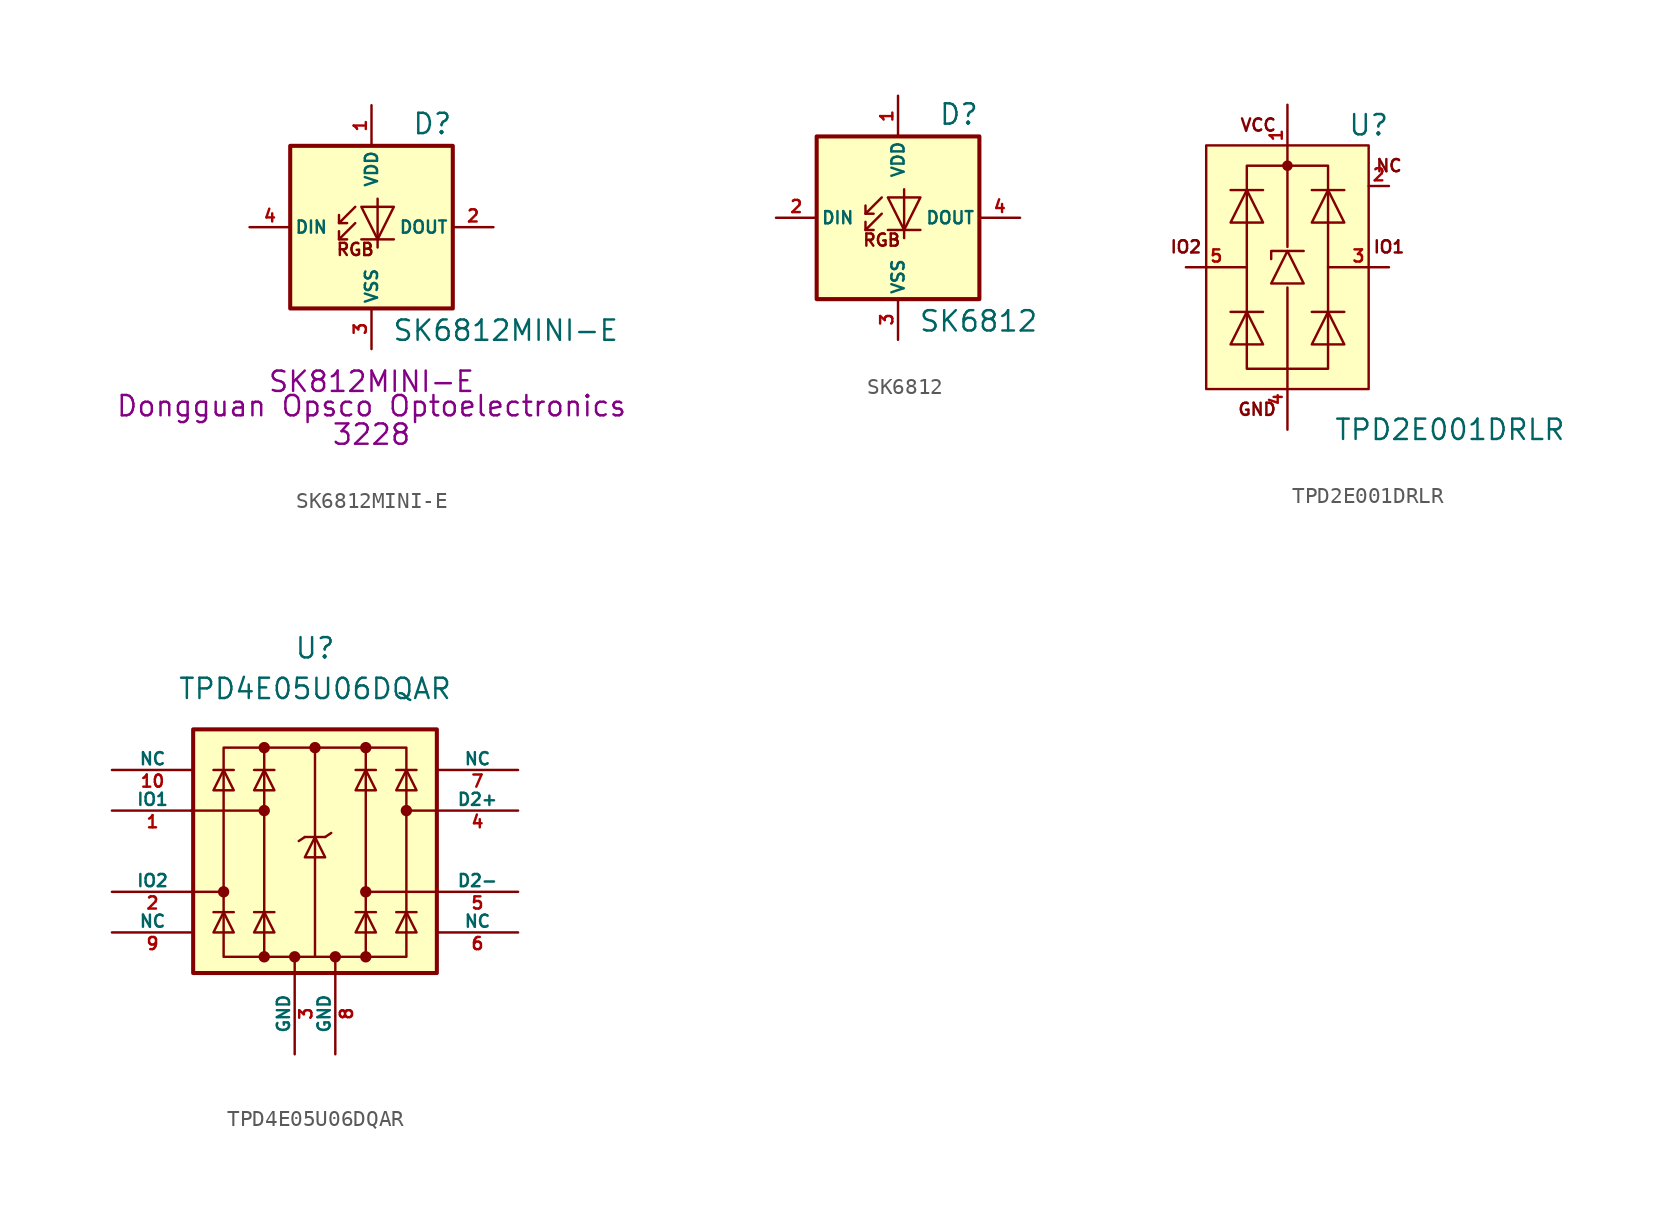
<source format=kicad_sym>
(kicad_symbol_lib
  (version 20211014)
  (generator kicad_symbol_editor)
  (symbol "SK6812MINI-E"
    (pin_names
      (offset 0.254))
    (property "Reference" "D"
      (at 5.08 5.715 0)
      (effects (font (size 1.27 1.27)) (justify right bottom)))
    (property "Value" "SK6812MINI-E"
      (at 1.27 -5.715 0)
      (effects (font (size 1.27 1.27)) (justify left top)))
    (property "MFN" "Dongguan Opsco Optoelectronics"
      (at 0 -11.176 0)
      (effects (font (size 1.27 1.27))))
    (property "MPN" "SK812MINI-E"
      (at 0 -9.652 0)
      (effects (font (size 1.27 1.27))))
    (property "PKG" "3228"
      (at 0 -12.954 0)
      (effects (font (size 1.27 1.27))))
    (symbol "SK6812MINI-E_0_0"
      (text "RGB" (at -1.016 -1.397 0) (effects (font (size 0.762 0.762)))))
    (symbol "SK6812MINI-E_0_1"
      (polyline (pts (xy -2.032 -0.762) (xy -1.524 -0.762)) (stroke (width 0) (type default) (color 0 0 0 0)) (fill (type none)))
      (polyline (pts (xy -2.032 0.254) (xy -1.524 0.254)) (stroke (width 0) (type default) (color 0 0 0 0)) (fill (type none)))
      (polyline (pts (xy 1.397 -0.762) (xy -0.635 -0.762)) (stroke (width 0) (type default) (color 0 0 0 0)) (fill (type none)))
      (polyline (pts (xy -1.016 0.254) (xy -2.032 -0.762) (xy -2.032 -0.254)) (stroke (width 0) (type default) (color 0 0 0 0)) (fill (type none)))
      (polyline (pts (xy -1.016 1.27) (xy -2.032 0.254) (xy -2.032 0.762)) (stroke (width 0) (type default) (color 0 0 0 0)) (fill (type none)))
      (polyline (pts (xy 0.381 1.778) (xy 0.381 -0.762) (xy 0.381 -1.27)) (stroke (width 0) (type default) (color 0 0 0 0)) (fill (type none)))
      (polyline (pts (xy 1.397 1.27) (xy -0.635 1.27) (xy 0.381 -0.762) (xy 1.397 1.27)) (stroke (width 0) (type default) (color 0 0 0 0)) (fill (type none)))
      (rectangle (start 5.08 5.08) (end -5.08 -5.08) (stroke (width 0.254) (type default) (color 0 0 0 0)) (fill (type background))))
    (symbol "SK6812MINI-E_1_1"
      (pin power_in line (at 0 7.62 270) (length 2.54) (name "VDD" (effects (font (size 0.762 0.762)))) (number "1" (effects (font (size 0.762 0.762)))))
      (pin output line (at 7.62 0 180) (length 2.54) (name "DOUT" (effects (font (size 0.762 0.762)))) (number "2" (effects (font (size 0.762 0.762)))))
      (pin power_in line (at 0 -7.62 90) (length 2.54) (name "VSS" (effects (font (size 0.762 0.762)))) (number "3" (effects (font (size 0.762 0.762)))))
      (pin input line (at -7.62 0 0) (length 2.54) (name "DIN" (effects (font (size 0.762 0.762)))) (number "4" (effects (font (size 0.762 0.762)))))))
  (symbol "SK6812"
    (pin_names
      (offset 0.254))
    (property "Reference" "D"
      (at 5.08 5.715 0)
      (effects (font (size 1.27 1.27)) (justify right bottom)))
    (property "Value" "SK6812"
      (at 1.27 -5.715 0)
      (effects (font (size 1.27 1.27)) (justify left top)))
    (symbol "SK6812_0_0"
      (text "RGB" (at -1.016 -1.397 0) (effects (font (size 0.762 0.762)))))
    (symbol "SK6812_0_1"
      (polyline (pts (xy -2.032 -0.762) (xy -1.524 -0.762)) (stroke (width 0) (type default) (color 0 0 0 0)) (fill (type none)))
      (polyline (pts (xy -2.032 0.254) (xy -1.524 0.254)) (stroke (width 0) (type default) (color 0 0 0 0)) (fill (type none)))
      (polyline (pts (xy 1.397 -0.762) (xy -0.635 -0.762)) (stroke (width 0) (type default) (color 0 0 0 0)) (fill (type none)))
      (polyline (pts (xy -1.016 0.254) (xy -2.032 -0.762) (xy -2.032 -0.254)) (stroke (width 0) (type default) (color 0 0 0 0)) (fill (type none)))
      (polyline (pts (xy -1.016 1.27) (xy -2.032 0.254) (xy -2.032 0.762)) (stroke (width 0) (type default) (color 0 0 0 0)) (fill (type none)))
      (polyline (pts (xy 0.381 1.778) (xy 0.381 -0.762) (xy 0.381 -1.27)) (stroke (width 0) (type default) (color 0 0 0 0)) (fill (type none)))
      (polyline (pts (xy 1.397 1.27) (xy -0.635 1.27) (xy 0.381 -0.762) (xy 1.397 1.27)) (stroke (width 0) (type default) (color 0 0 0 0)) (fill (type none)))
      (rectangle (start 5.08 5.08) (end -5.08 -5.08) (stroke (width 0.254) (type default) (color 0 0 0 0)) (fill (type background))))
    (symbol "SK6812_1_1"
      (pin power_in line (at 0 7.62 270) (length 2.54) (name "VDD" (effects (font (size 0.762 0.762)))) (number "1" (effects (font (size 0.762 0.762)))))
      (pin input line (at -7.62 0 0) (length 2.54) (name "DIN" (effects (font (size 0.762 0.762)))) (number "2" (effects (font (size 0.762 0.762)))))
      (pin power_in line (at 0 -7.62 90) (length 2.54) (name "VSS" (effects (font (size 0.762 0.762)))) (number "3" (effects (font (size 0.762 0.762)))))
      (pin output line (at 7.62 0 180) (length 2.54) (name "DOUT" (effects (font (size 0.762 0.762)))) (number "4" (effects (font (size 0.762 0.762)))))))
  (symbol "TPD2E001DRLR"
    (pin_names
      (offset 0))
    (property "Reference" "U"
      (at 5.08 8.89 0)
      (effects (font (size 1.27 1.27))))
    (property "Value" "TPD2E001DRLR"
      (at 10.16 -10.16 0)
      (effects (font (size 1.27 1.27))))
    (symbol "TPD2E001DRLR_0_0"
      (text "IO2" (at -6.35 1.27 0) (effects (font (size 0.762 0.762)))))
    (symbol "TPD2E001DRLR_0_1"
      (rectangle (start -2.54 6.35) (end 2.54 -6.35) (stroke (width 0) (type default) (color 0 0 0 0)) (fill (type none)))
      (rectangle (start 0 -1.27) (end 0 -6.35) (stroke (width 0) (type default) (color 0 0 0 0)) (fill (type none)))
      (polyline (pts (xy -1.524 -2.794) (xy -3.556 -2.794)) (stroke (width 0) (type default) (color 0 0 0 0)) (fill (type none)))
      (polyline (pts (xy -1.524 4.826) (xy -3.556 4.826)) (stroke (width 0) (type default) (color 0 0 0 0)) (fill (type none)))
      (polyline (pts (xy 0 1.27) (xy 0 6.35)) (stroke (width 0) (type default) (color 0 0 0 0)) (fill (type none)))
      (polyline (pts (xy 1.524 -2.794) (xy 3.556 -2.794)) (stroke (width 0) (type default) (color 0 0 0 0)) (fill (type none)))
      (polyline (pts (xy 1.524 4.826) (xy 3.556 4.826)) (stroke (width 0) (type default) (color 0 0 0 0)) (fill (type none)))
      (polyline (pts (xy -3.556 -4.826) (xy -1.524 -4.826) (xy -2.54 -2.794) (xy -3.556 -4.826)) (stroke (width 0) (type default) (color 0 0 0 0)) (fill (type none)))
      (polyline (pts (xy -3.556 2.794) (xy -1.524 2.794) (xy -2.54 4.826) (xy -3.556 2.794)) (stroke (width 0) (type default) (color 0 0 0 0)) (fill (type none)))
      (polyline (pts (xy -1.016 -1.016) (xy 1.016 -1.016) (xy 0 1.016) (xy -1.016 -1.016)) (stroke (width 0) (type default) (color 0 0 0 0)) (fill (type none)))
      (polyline (pts (xy 1.016 1.016) (xy 0.762 1.016) (xy -1.016 1.016) (xy -1.016 0.508)) (stroke (width 0) (type default) (color 0 0 0 0)) (fill (type none)))
      (polyline (pts (xy 3.556 -4.826) (xy 1.524 -4.826) (xy 2.54 -2.794) (xy 3.556 -4.826)) (stroke (width 0) (type default) (color 0 0 0 0)) (fill (type none)))
      (polyline (pts (xy 3.556 2.794) (xy 1.524 2.794) (xy 2.54 4.826) (xy 3.556 2.794)) (stroke (width 0) (type default) (color 0 0 0 0)) (fill (type none)))
      (circle (center 0 6.35) (radius 0.254) (stroke (width 0) (type default) (color 0 0 0 0)) (fill (type outline)))
      (rectangle (start 5.08 7.62) (end -5.08 -7.62) (stroke (width 0) (type default) (color 0 0 0 0)) (fill (type background))))
    (symbol "TPD2E001DRLR_1_1"
      (text "GND" (at -0.635 -8.89 0) (effects (font (size 0.762 0.762)) (justify right)))
      (text "IO1" (at 6.35 1.27 0) (effects (font (size 0.762 0.762))))
      (text "NC" (at 6.35 6.35 0) (effects (font (size 0.762 0.762))))
      (text "VCC" (at -0.635 8.89 0) (effects (font (size 0.762 0.762)) (justify right)))
      (pin passive line (at 0 10.16 270) (length 3.81) (name "VBUS" (effects (font (size 0 0)))) (number "1" (effects (font (size 0.762 0.762)))))
      (pin passive line (at 6.35 5.08 180) (length 1.27) (name "IO1" (effects (font (size 0 0)))) (number "2" (effects (font (size 0.762 0.762)))))
      (pin passive line (at 6.35 0 180) (length 3.81) (name "IO1" (effects (font (size 0 0)))) (number "3" (effects (font (size 0.762 0.762)))))
      (pin passive line (at 0 -10.16 90) (length 3.81) (name "GND" (effects (font (size 0 0)))) (number "4" (effects (font (size 0.762 0.762)))))
      (pin passive line (at -6.35 0 0) (length 3.81) (name "IO2" (effects (font (size 0 0)))) (number "5" (effects (font (size 0.762 0.762)))))))
  (symbol "TPD4E05U06DQAR"
    (pin_names
      (offset 0))
    (property "Reference" "U"
      (at 0 12.7 0)
      (effects (font (size 1.27 1.27))))
    (property "Value" "TPD4E05U06DQAR"
      (at 0 10.16 0)
      (effects (font (size 1.27 1.27))))
    (symbol "TPD4E05U06DQAR_0_0"
      (rectangle (start -5.715 6.477) (end 5.715 -6.604) (stroke (width 0) (type default) (color 0 0 0 0)) (fill (type none)))
      (polyline (pts (xy -3.175 -6.604) (xy -3.175 6.477)) (stroke (width 0) (type default) (color 0 0 0 0)) (fill (type none)))
      (polyline (pts (xy 0 6.477) (xy 0 -6.604)) (stroke (width 0) (type default) (color 0 0 0 0)) (fill (type none)))
      (polyline (pts (xy 3.175 6.477) (xy 3.175 -6.604)) (stroke (width 0) (type default) (color 0 0 0 0)) (fill (type none))))
    (symbol "TPD4E05U06DQAR_0_1"
      (rectangle (start -7.62 7.62) (end 7.62 -7.62) (stroke (width 0.254) (type default) (color 0 0 0 0)) (fill (type background)))
      (circle (center -5.715 -2.54) (radius 0.279) (stroke (width 0) (type default) (color 0 0 0 0)) (fill (type outline)))
      (circle (center -3.175 -6.604) (radius 0.279) (stroke (width 0) (type default) (color 0 0 0 0)) (fill (type outline)))
      (circle (center -3.175 2.54) (radius 0.279) (stroke (width 0) (type default) (color 0 0 0 0)) (fill (type outline)))
      (circle (center -3.175 6.477) (radius 0.279) (stroke (width 0) (type default) (color 0 0 0 0)) (fill (type outline)))
      (circle (center -1.27 -6.604) (radius 0.279) (stroke (width 0) (type default) (color 0 0 0 0)) (fill (type outline)))
      (polyline (pts (xy -7.747 2.54) (xy -3.175 2.54)) (stroke (width 0) (type default) (color 0 0 0 0)) (fill (type none)))
      (polyline (pts (xy -7.62 -2.54) (xy -5.715 -2.54)) (stroke (width 0) (type default) (color 0 0 0 0)) (fill (type none)))
      (polyline (pts (xy -5.08 -3.81) (xy -6.35 -3.81)) (stroke (width 0) (type default) (color 0 0 0 0)) (fill (type none)))
      (polyline (pts (xy -5.08 5.08) (xy -6.35 5.08)) (stroke (width 0) (type default) (color 0 0 0 0)) (fill (type none)))
      (polyline (pts (xy -2.54 -3.81) (xy -3.81 -3.81)) (stroke (width 0) (type default) (color 0 0 0 0)) (fill (type none)))
      (polyline (pts (xy -2.54 5.08) (xy -3.81 5.08)) (stroke (width 0) (type default) (color 0 0 0 0)) (fill (type none)))
      (polyline (pts (xy -1.27 -6.604) (xy -1.27 -7.62)) (stroke (width 0) (type default) (color 0 0 0 0)) (fill (type none)))
      (polyline (pts (xy -0.635 0.889) (xy -1.016 0.635)) (stroke (width 0) (type default) (color 0 0 0 0)) (fill (type none)))
      (polyline (pts (xy 0.635 0.889) (xy -0.635 0.889)) (stroke (width 0) (type default) (color 0 0 0 0)) (fill (type none)))
      (polyline (pts (xy 0.635 0.889) (xy 1.016 1.143)) (stroke (width 0) (type default) (color 0 0 0 0)) (fill (type none)))
      (polyline (pts (xy 3.81 -3.81) (xy 2.54 -3.81)) (stroke (width 0) (type default) (color 0 0 0 0)) (fill (type none)))
      (polyline (pts (xy 3.81 5.08) (xy 2.54 5.08)) (stroke (width 0) (type default) (color 0 0 0 0)) (fill (type none)))
      (polyline (pts (xy 6.35 -3.81) (xy 5.08 -3.81)) (stroke (width 0) (type default) (color 0 0 0 0)) (fill (type none)))
      (polyline (pts (xy 6.35 5.08) (xy 5.08 5.08)) (stroke (width 0) (type default) (color 0 0 0 0)) (fill (type none)))
      (polyline (pts (xy 7.62 -2.54) (xy 3.175 -2.54)) (stroke (width 0) (type default) (color 0 0 0 0)) (fill (type none)))
      (polyline (pts (xy 7.62 2.54) (xy 5.715 2.54)) (stroke (width 0) (type default) (color 0 0 0 0)) (fill (type none)))
      (polyline (pts (xy -5.08 -5.08) (xy -6.35 -5.08) (xy -5.715 -3.81) (xy -5.08 -5.08)) (stroke (width 0) (type default) (color 0 0 0 0)) (fill (type none)))
      (polyline (pts (xy -5.08 3.81) (xy -6.35 3.81) (xy -5.715 5.08) (xy -5.08 3.81)) (stroke (width 0) (type default) (color 0 0 0 0)) (fill (type none)))
      (polyline (pts (xy -2.54 -5.08) (xy -3.81 -5.08) (xy -3.175 -3.81) (xy -2.54 -5.08)) (stroke (width 0) (type default) (color 0 0 0 0)) (fill (type none)))
      (polyline (pts (xy -2.54 3.81) (xy -3.81 3.81) (xy -3.175 5.08) (xy -2.54 3.81)) (stroke (width 0) (type default) (color 0 0 0 0)) (fill (type none)))
      (polyline (pts (xy 0.635 -0.381) (xy -0.635 -0.381) (xy 0 0.889) (xy 0.635 -0.381)) (stroke (width 0) (type default) (color 0 0 0 0)) (fill (type none)))
      (polyline (pts (xy 3.81 -5.08) (xy 2.54 -5.08) (xy 3.175 -3.81) (xy 3.81 -5.08)) (stroke (width 0) (type default) (color 0 0 0 0)) (fill (type none)))
      (polyline (pts (xy 3.81 3.81) (xy 2.54 3.81) (xy 3.175 5.08) (xy 3.81 3.81)) (stroke (width 0) (type default) (color 0 0 0 0)) (fill (type none)))
      (polyline (pts (xy 6.35 -5.08) (xy 5.08 -5.08) (xy 5.715 -3.81) (xy 6.35 -5.08)) (stroke (width 0) (type default) (color 0 0 0 0)) (fill (type none)))
      (polyline (pts (xy 6.35 3.81) (xy 5.08 3.81) (xy 5.715 5.08) (xy 6.35 3.81)) (stroke (width 0) (type default) (color 0 0 0 0)) (fill (type none)))
      (circle (center 0 6.477) (radius 0.279) (stroke (width 0) (type default) (color 0 0 0 0)) (fill (type outline)))
      (circle (center 3.175 -6.604) (radius 0.279) (stroke (width 0) (type default) (color 0 0 0 0)) (fill (type outline)))
      (circle (center 3.175 -2.54) (radius 0.279) (stroke (width 0) (type default) (color 0 0 0 0)) (fill (type outline)))
      (circle (center 3.175 6.477) (radius 0.279) (stroke (width 0) (type default) (color 0 0 0 0)) (fill (type outline)))
      (circle (center 5.715 2.54) (radius 0.279) (stroke (width 0) (type default) (color 0 0 0 0)) (fill (type outline))))
    (symbol "TPD4E05U06DQAR_1_1"
      (polyline (pts (xy 1.27 -6.604) (xy 1.27 -7.62)) (stroke (width 0) (type default) (color 0 0 0 0)) (fill (type none)))
      (circle (center 1.27 -6.604) (radius 0.279) (stroke (width 0) (type default) (color 0 0 0 0)) (fill (type outline)))
      (pin bidirectional line (at -12.7 2.54 0) (length 5.08) (name "IO1" (effects (font (size 0.762 0.762)))) (number "1" (effects (font (size 0.762 0.762)))))
      (pin bidirectional line (at -12.7 5.08 0) (length 5.08) (name "NC" (effects (font (size 0.762 0.762)))) (number "10" (effects (font (size 0.762 0.762)))))
      (pin bidirectional line (at -12.7 -2.54 0) (length 5.08) (name "IO2" (effects (font (size 0.762 0.762)))) (number "2" (effects (font (size 0.762 0.762)))))
      (pin power_in line (at -1.27 -12.7 90) (length 5.08) (name "GND" (effects (font (size 0.762 0.762)))) (number "3" (effects (font (size 0.762 0.762)))))
      (pin bidirectional line (at 12.7 2.54 180) (length 5.08) (name "D2+" (effects (font (size 0.762 0.762)))) (number "4" (effects (font (size 0.762 0.762)))))
      (pin bidirectional line (at 12.7 -2.54 180) (length 5.08) (name "D2-" (effects (font (size 0.762 0.762)))) (number "5" (effects (font (size 0.762 0.762)))))
      (pin bidirectional line (at 12.7 -5.08 180) (length 5.08) (name "NC" (effects (font (size 0.762 0.762)))) (number "6" (effects (font (size 0.762 0.762)))))
      (pin bidirectional line (at 12.7 5.08 180) (length 5.08) (name "NC" (effects (font (size 0.762 0.762)))) (number "7" (effects (font (size 0.762 0.762)))))
      (pin power_in line (at 1.27 -12.7 90) (length 5.08) (name "GND" (effects (font (size 0.762 0.762)))) (number "8" (effects (font (size 0.762 0.762)))))
      (pin bidirectional line (at -12.7 -5.08 0) (length 5.08) (name "NC" (effects (font (size 0.762 0.762)))) (number "9" (effects (font (size 0.762 0.762))))))))
</source>
